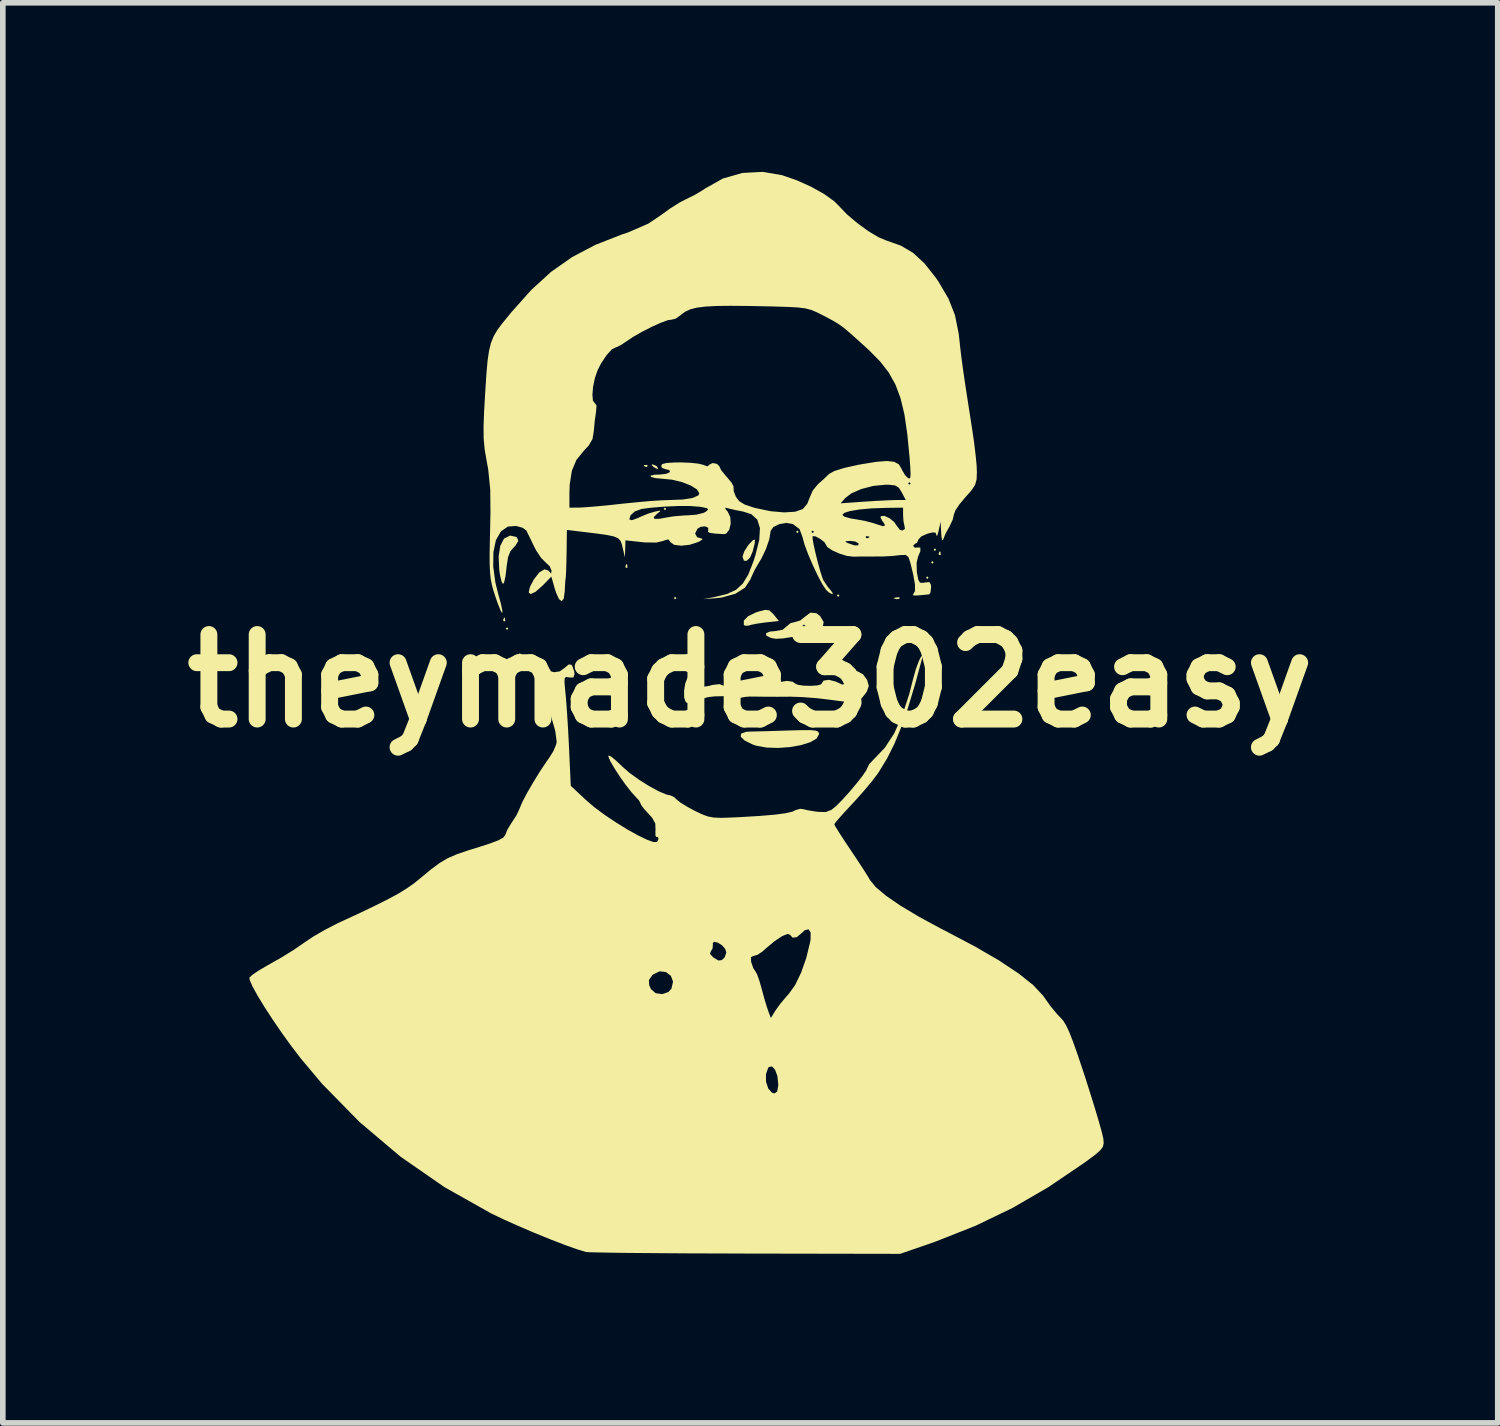
<source format=kicad_pcb>
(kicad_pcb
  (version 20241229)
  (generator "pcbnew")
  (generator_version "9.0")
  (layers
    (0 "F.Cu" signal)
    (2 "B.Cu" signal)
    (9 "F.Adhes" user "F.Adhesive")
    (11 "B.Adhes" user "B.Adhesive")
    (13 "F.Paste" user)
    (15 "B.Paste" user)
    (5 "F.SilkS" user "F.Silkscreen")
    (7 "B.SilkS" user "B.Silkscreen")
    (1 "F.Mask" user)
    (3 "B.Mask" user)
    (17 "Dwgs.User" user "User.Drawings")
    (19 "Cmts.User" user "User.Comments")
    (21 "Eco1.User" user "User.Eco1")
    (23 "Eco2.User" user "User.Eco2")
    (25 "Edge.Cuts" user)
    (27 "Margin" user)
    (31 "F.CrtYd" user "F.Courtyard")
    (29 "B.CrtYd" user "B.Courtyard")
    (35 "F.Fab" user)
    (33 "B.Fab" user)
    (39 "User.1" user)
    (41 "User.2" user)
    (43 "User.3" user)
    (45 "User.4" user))
  (footprint "theymade302easy"
    (layer "F.Cu")
    (at 10.264 9.032)
    (property "Reference" "theymade302easy" (at 0 0 0) (layer "F.SilkS") (effects (font (size 1.5 1.5) (thickness 0.3))))
    (attr board_only exclude_from_pos_files exclude_from_bom)
    (fp_poly (pts (xy -4.294 -0.927) (xy -4.316 -0.904) (xy -4.339 -0.927) (xy -4.316 -0.949)) (stroke (width 0) (type solid)) (fill yes) (layer "F.SilkS"))
    (fp_poly (pts (xy -1.491 -3.051) (xy -1.514 -3.028) (xy -1.537 -3.051) (xy -1.514 -3.073)) (stroke (width 0) (type solid)) (fill yes) (layer "F.SilkS"))
    (fp_poly (pts (xy -1.311 -1.469) (xy -1.333 -1.446) (xy -1.356 -1.469) (xy -1.333 -1.491)) (stroke (width 0) (type solid)) (fill yes) (layer "F.SilkS"))
    (fp_poly (pts (xy 0.859 -2.644) (xy 0.836 -2.621) (xy 0.814 -2.644) (xy 0.836 -2.667)) (stroke (width 0) (type solid)) (fill yes) (layer "F.SilkS"))
    (fp_poly (pts (xy 1.582 -1.514) (xy 1.559 -1.491) (xy 1.537 -1.514) (xy 1.559 -1.537)) (stroke (width 0) (type solid)) (fill yes) (layer "F.SilkS"))
    (fp_poly (pts (xy 3.119 -0.61) (xy 3.096 -0.588) (xy 3.073 -0.61) (xy 3.096 -0.633)) (stroke (width 0) (type solid)) (fill yes) (layer "F.SilkS"))
    (fp_poly (pts (xy 3.164 -1.83) (xy 3.141 -1.808) (xy 3.119 -1.83) (xy 3.141 -1.853)) (stroke (width 0) (type solid)) (fill yes) (layer "F.SilkS"))
    (fp_poly (pts (xy 3.254 -2.102) (xy 3.231 -2.079) (xy 3.209 -2.102) (xy 3.231 -2.124)) (stroke (width 0) (type solid)) (fill yes) (layer "F.SilkS"))
    (fp_poly (pts (xy 3.299 -2.328) (xy 3.277 -2.305) (xy 3.254 -2.328) (xy 3.277 -2.35)) (stroke (width 0) (type solid)) (fill yes) (layer "F.SilkS"))
    (fp_poly (pts (xy -4.354 -1.115) (xy -4.348 -1.061) (xy -4.354 -1.055) (xy -4.381 -1.061) (xy -4.384 -1.085) (xy -4.367 -1.122)) (stroke (width 0) (type solid)) (fill yes) (layer "F.SilkS"))
    (fp_poly (pts (xy -2.184 -2.064) (xy -2.179 -2.01) (xy -2.184 -2.004) (xy -2.211 -2.01) (xy -2.215 -2.034) (xy -2.198 -2.071)) (stroke (width 0) (type solid)) (fill yes) (layer "F.SilkS"))
    (fp_poly (pts (xy -1.823 -3.827) (xy -1.829 -3.8) (xy -1.853 -3.796) (xy -1.89 -3.813) (xy -1.883 -3.827) (xy -1.83 -3.832)) (stroke (width 0) (type solid)) (fill yes) (layer "F.SilkS"))
    (fp_poly (pts (xy 2.654 -1.474) (xy 2.641 -1.453) (xy 2.595 -1.45) (xy 2.547 -1.461) (xy 2.568 -1.477) (xy 2.638 -1.483)) (stroke (width 0) (type solid)) (fill yes) (layer "F.SilkS"))
    (fp_poly (pts (xy 3.375 -2.29) (xy 3.38 -2.236) (xy 3.375 -2.23) (xy 3.348 -2.236) (xy 3.344 -2.26) (xy 3.361 -2.297)) (stroke (width 0) (type solid)) (fill yes) (layer "F.SilkS"))
    (fp_poly (pts (xy -4.075 -0.479) (xy -4.026 -0.433) (xy -4.036 -0.407) (xy -4.042 -0.407) (xy -4.081 -0.439) (xy -4.095 -0.459) (xy -4.1 -0.49)) (stroke (width 0) (type solid)) (fill yes) (layer "F.SilkS"))
    (fp_poly (pts (xy -1.659 -3.809) (xy -1.65 -3.796) (xy -1.634 -3.756) (xy -1.676 -3.771) (xy -1.717 -3.796) (xy -1.752 -3.833) (xy -1.731 -3.841)) (stroke (width 0) (type solid)) (fill yes) (layer "F.SilkS"))
    (fp_poly (pts (xy 0.08 -2.443) (xy 0.044 -2.299) (xy 0.043 -2.294) (xy -0.004 -2.187) (xy -0.062 -2.13) (xy -0.112 -2.131) (xy -0.135 -2.199) (xy -0.136 -2.208) (xy -0.107 -2.295) (xy -0.038 -2.404) (xy -0.023 -2.422) (xy 0.05 -2.498) (xy 0.083 -2.507)) (stroke (width 0) (type solid)) (fill yes) (layer "F.SilkS"))
    (fp_poly (pts (xy 0.337 -1.251) (xy 0.397 -1.197) (xy 0.418 -1.173) (xy 0.508 -1.062) (xy 0.26 -1.035) (xy 0.114 -1.014) (xy 0.003 -0.991) (xy -0.036 -0.978) (xy -0.099 -0.98) (xy -0.114 -0.996) (xy -0.114 -1.07) (xy -0.038 -1.147) (xy 0.104 -1.215) (xy 0.147 -1.229) (xy 0.266 -1.259)) (stroke (width 0) (type solid)) (fill yes) (layer "F.SilkS"))
    (fp_poly (pts (xy -4.145 -2.551) (xy -4.115 -2.486) (xy -4.167 -2.398) (xy -4.188 -2.378) (xy -4.256 -2.3) (xy -4.298 -2.195) (xy -4.323 -2.033) (xy -4.326 -1.999) (xy -4.344 -1.853) (xy -4.367 -1.751) (xy -4.387 -1.717) (xy -4.412 -1.758) (xy -4.438 -1.863) (xy -4.454 -1.965) (xy -4.465 -2.208) (xy -4.436 -2.397) (xy -4.37 -2.523) (xy -4.269 -2.575) (xy -4.252 -2.576)) (stroke (width 0) (type solid)) (fill yes) (layer "F.SilkS"))
    (fp_poly (pts (xy 1.158 0.883) (xy 1.203 0.9) (xy 1.219 0.929) (xy 1.22 0.948) (xy 1.178 1.024) (xy 1.066 1.089) (xy 0.901 1.141) (xy 0.703 1.176) (xy 0.492 1.191) (xy 0.286 1.184) (xy 0.104 1.151) (xy 0.045 1.131) (xy -0.1 1.059) (xy -0.17 0.991) (xy -0.162 0.936) (xy -0.075 0.905) (xy -0.015 0.901) (xy 0.101 0.898) (xy 0.28 0.894) (xy 0.497 0.887) (xy 0.689 0.881) (xy 0.916 0.875) (xy 1.067 0.875)) (stroke (width 0) (type solid)) (fill yes) (layer "F.SilkS"))
    (fp_poly (pts (xy 1.174 -1.2) (xy 1.24 -1.149) (xy 1.303 -1.044) (xy 1.284 -0.947) (xy 1.188 -0.868) (xy 1.024 -0.814) (xy 0.927 -0.8) (xy 0.769 -0.781) (xy 0.631 -0.761) (xy 0.588 -0.753) (xy 0.455 -0.746) (xy 0.37 -0.76) (xy 0.284 -0.803) (xy 0.28 -0.845) (xy 0.352 -0.875) (xy 0.433 -0.881) (xy 0.576 -0.907) (xy 0.638 -0.96) (xy 0.645 -0.966) (xy 0.919 -0.966) (xy 0.927 -0.949) (xy 0.986 -0.906) (xy 1 -0.904) (xy 1.024 -0.932) (xy 1.017 -0.949) (xy 0.957 -0.993) (xy 0.944 -0.994) (xy 0.919 -0.966) (xy 0.645 -0.966) (xy 0.715 -1.024) (xy 0.783 -1.04) (xy 0.889 -1.072) (xy 0.961 -1.13) (xy 1.067 -1.21)) (stroke (width 0) (type solid)) (fill yes) (layer "F.SilkS"))
    (fp_poly (pts (xy 2.003 -0.114) (xy 2.074 -0.016) (xy 2.104 0.091) (xy 2.07 0.188) (xy 2.058 0.207) (xy 1.989 0.296) (xy 1.909 0.349) (xy 1.8 0.371) (xy 1.641 0.366) (xy 1.416 0.336) (xy 1.18 0.308) (xy 0.929 0.289) (xy 0.709 0.281) (xy 0.67 0.282) (xy 0.486 0.283) (xy 0.246 0.282) (xy -0.016 0.279) (xy -0.212 0.275) (xy -0.459 0.272) (xy -0.632 0.276) (xy -0.75 0.289) (xy -0.828 0.313) (xy -0.866 0.334) (xy -0.994 0.396) (xy -1.103 0.4) (xy -1.145 0.377) (xy -1.173 0.298) (xy -1.174 0.174) (xy -1.153 0.044) (xy -1.113 -0.054) (xy -1.102 -0.067) (xy -1.012 -0.122) (xy -0.942 -0.089) (xy -0.903 0.003) (xy -0.877 0.079) (xy -0.829 0.105) (xy -0.735 0.091) (xy -0.666 0.072) (xy -0.545 0.059) (xy -0.484 0.082) (xy -0.415 0.105) (xy -0.281 0.125) (xy -0.108 0.137) (xy -0.061 0.139) (xy 0.148 0.139) (xy 0.29 0.124) (xy 0.386 0.09) (xy 0.411 0.074) (xy 0.527 0.021) (xy 0.653 0.001) (xy 0.756 0.017) (xy 0.791 0.045) (xy 0.846 0.071) (xy 0.952 0.086) (xy 1.077 0.089) (xy 1.189 0.082) (xy 1.258 0.062) (xy 1.265 0.05) (xy 1.302 -0.004) (xy 1.393 -0.018) (xy 1.511 0.011) (xy 1.54 0.024) (xy 1.633 0.066) (xy 1.679 0.057) (xy 1.714 -0.013) (xy 1.715 -0.017) (xy 1.765 -0.112) (xy 1.805 -0.157) (xy 1.902 -0.17)) (stroke (width 0) (type solid)) (fill yes) (layer "F.SilkS"))
    (fp_poly (pts (xy 3.062 -0.448) (xy 3.058 -0.429) (xy 2.926 0.06) (xy 2.801 0.473) (xy 2.68 0.822) (xy 2.558 1.118) (xy 2.429 1.376) (xy 2.289 1.607) (xy 2.257 1.654) (xy 2.158 1.785) (xy 2.019 1.951) (xy 1.864 2.125) (xy 1.8 2.194) (xy 1.67 2.334) (xy 1.566 2.45) (xy 1.504 2.525) (xy 1.491 2.546) (xy 1.515 2.592) (xy 1.58 2.697) (xy 1.675 2.843) (xy 1.774 2.991) (xy 1.896 3.174) (xy 2.006 3.342) (xy 2.089 3.473) (xy 2.125 3.535) (xy 2.229 3.662) (xy 2.411 3.815) (xy 2.667 3.991) (xy 2.991 4.185) (xy 3.377 4.394) (xy 3.489 4.451) (xy 3.996 4.719) (xy 4.421 4.966) (xy 4.763 5.194) (xy 5.022 5.4) (xy 5.194 5.584) (xy 5.223 5.625) (xy 5.33 5.775) (xy 5.443 5.912) (xy 5.504 5.975) (xy 5.555 6.032) (xy 5.606 6.115) (xy 5.662 6.235) (xy 5.728 6.403) (xy 5.809 6.632) (xy 5.91 6.933) (xy 5.943 7.034) (xy 6.034 7.32) (xy 6.116 7.585) (xy 6.185 7.816) (xy 6.236 7.997) (xy 6.263 8.112) (xy 6.267 8.132) (xy 6.272 8.209) (xy 6.257 8.271) (xy 6.21 8.333) (xy 6.118 8.413) (xy 5.967 8.525) (xy 5.934 8.549) (xy 5.294 8.983) (xy 4.659 9.352) (xy 3.998 9.671) (xy 3.284 9.953) (xy 3.104 10.016) (xy 2.66 10.169) (xy -0.083 10.164) (xy -0.574 10.162) (xy -1.041 10.161) (xy -1.474 10.158) (xy -1.865 10.155) (xy -2.207 10.152) (xy -2.491 10.148) (xy -2.709 10.144) (xy -2.853 10.14) (xy -2.915 10.136) (xy -2.915 10.136) (xy -3.074 10.088) (xy -3.295 10.009) (xy -3.556 9.908) (xy -3.839 9.793) (xy -4.121 9.672) (xy -4.384 9.554) (xy -4.595 9.453) (xy -5.427 8.985) (xy -6.207 8.444) (xy -6.931 7.832) (xy -7.597 7.153) (xy -7.739 6.984) (xy 0.278 6.984) (xy 0.28 7.115) (xy 0.319 7.234) (xy 0.385 7.309) (xy 0.431 7.322) (xy 0.478 7.288) (xy 0.497 7.18) (xy 0.497 7.15) (xy 0.481 7.011) (xy 0.441 6.903) (xy 0.388 6.844) (xy 0.333 6.852) (xy 0.318 6.87) (xy 0.278 6.984) (xy -7.739 6.984) (xy -7.974 6.704) (xy -8.142 6.485) (xy -8.311 6.251) (xy -8.472 6.016) (xy -8.618 5.792) (xy -8.74 5.592) (xy -8.831 5.428) (xy -8.881 5.314) (xy -8.882 5.31) (xy -1.799 5.31) (xy -1.793 5.402) (xy -1.761 5.472) (xy -1.679 5.543) (xy -1.563 5.56) (xy -1.453 5.522) (xy -1.398 5.463) (xy -1.37 5.338) (xy -1.409 5.235) (xy -1.496 5.168) (xy -1.607 5.155) (xy -1.721 5.209) (xy -1.737 5.223) (xy -1.799 5.31) (xy -8.882 5.31) (xy -8.888 5.267) (xy -8.84 5.221) (xy -8.732 5.147) (xy -8.582 5.058) (xy -8.512 5.019) (xy -8.434 4.974) (xy 0.014 4.974) (xy 0.021 5.005) (xy 0.056 5.103) (xy 0.09 5.152) (xy 0.12 5.205) (xy 0.161 5.32) (xy 0.201 5.458) (xy 0.247 5.628) (xy 0.292 5.78) (xy 0.32 5.862) (xy 0.366 5.983) (xy 0.448 5.85) (xy 0.53 5.735) (xy 0.642 5.602) (xy 0.686 5.553) (xy 0.797 5.398) (xy 0.903 5.178) (xy 0.994 4.919) (xy 1.06 4.648) (xy 1.07 4.595) (xy 1.072 4.467) (xy 1.034 4.409) (xy 0.965 4.427) (xy 0.918 4.472) (xy 0.825 4.549) (xy 0.749 4.557) (xy 0.713 4.513) (xy 0.666 4.491) (xy 0.569 4.529) (xy 0.433 4.619) (xy 0.268 4.757) (xy 0.219 4.802) (xy 0.127 4.863) (xy 0.063 4.881) (xy 0.014 4.901) (xy 0.014 4.974) (xy -8.434 4.974) (xy -8.312 4.905) (xy -8.212 4.843) (xy -0.716 4.843) (xy -0.662 4.903) (xy -0.658 4.907) (xy -0.566 4.963) (xy -0.504 4.956) (xy -0.454 4.907) (xy -0.424 4.82) (xy -0.447 4.754) (xy -0.503 4.691) (xy -0.576 4.646) (xy -0.64 4.631) (xy -0.667 4.655) (xy -0.662 4.676) (xy -0.67 4.756) (xy -0.693 4.788) (xy -0.716 4.843) (xy -8.212 4.843) (xy -8.107 4.778) (xy -7.937 4.662) (xy -7.915 4.646) (xy -7.759 4.541) (xy -7.555 4.423) (xy -7.342 4.312) (xy -7.283 4.284) (xy -6.928 4.12) (xy -6.645 3.984) (xy -6.42 3.871) (xy -6.241 3.774) (xy -6.097 3.685) (xy -5.974 3.599) (xy -5.861 3.508) (xy -5.86 3.507) (xy -5.668 3.348) (xy -5.514 3.234) (xy -5.37 3.148) (xy -5.208 3.078) (xy -5.003 3.008) (xy -4.846 2.96) (xy -4.62 2.887) (xy -4.469 2.83) (xy -4.382 2.781) (xy -4.347 2.735) (xy -4.345 2.728) (xy -4.308 2.637) (xy -4.238 2.523) (xy -4.228 2.508) (xy -4.148 2.385) (xy -4.093 2.267) (xy -4.091 2.26) (xy -4.043 2.147) (xy -3.957 1.984) (xy -3.847 1.795) (xy -3.728 1.601) (xy -3.612 1.428) (xy -3.573 1.374) (xy -3.492 1.245) (xy -3.443 1.125) (xy -3.435 1.08) (xy -3.461 0.885) (xy -3.535 0.629) (xy -3.653 0.323) (xy -3.762 0.081) (xy -3.965 -0.347) (xy -3.798 -0.267) (xy -3.611 -0.185) (xy -3.478 -0.153) (xy -3.38 -0.168) (xy -3.298 -0.227) (xy -3.222 -0.29) (xy -3.176 -0.287) (xy -3.159 -0.265) (xy -3.124 -0.167) (xy -3.119 -0.119) (xy -3.139 -0.058) (xy -3.215 -0.06) (xy -3.215 -0.06) (xy -3.266 -0.069) (xy -3.292 -0.049) (xy -3.297 0.017) (xy -3.286 0.148) (xy -3.279 0.217) (xy -3.265 0.375) (xy -3.249 0.597) (xy -3.233 0.856) (xy -3.219 1.125) (xy -3.216 1.191) (xy -3.185 1.863) (xy -2.913 2.118) (xy -2.765 2.244) (xy -2.585 2.378) (xy -2.386 2.511) (xy -2.185 2.635) (xy -1.996 2.741) (xy -1.834 2.819) (xy -1.715 2.862) (xy -1.654 2.859) (xy -1.628 2.807) (xy -1.639 2.77) (xy -1.663 2.774) (xy -1.682 2.751) (xy -1.683 2.665) (xy -1.681 2.648) (xy -1.685 2.532) (xy -1.74 2.431) (xy -1.804 2.361) (xy -1.889 2.268) (xy -1.939 2.198) (xy -1.943 2.183) (xy -1.973 2.125) (xy -2.023 2.07) (xy -2.111 1.973) (xy -2.214 1.841) (xy -2.318 1.694) (xy -2.412 1.549) (xy -2.483 1.427) (xy -2.517 1.346) (xy -2.515 1.325) (xy -2.473 1.342) (xy -2.388 1.41) (xy -2.276 1.515) (xy -2.269 1.523) (xy -2.142 1.634) (xy -1.977 1.753) (xy -1.798 1.866) (xy -1.627 1.959) (xy -1.486 2.019) (xy -1.414 2.034) (xy -1.349 2.065) (xy -1.309 2.104) (xy -1.239 2.16) (xy -1.116 2.236) (xy -0.978 2.31) (xy -0.855 2.369) (xy -0.755 2.406) (xy -0.652 2.426) (xy -0.524 2.432) (xy -0.344 2.426) (xy -0.206 2.42) (xy 0.153 2.399) (xy 0.428 2.376) (xy 0.625 2.35) (xy 0.75 2.321) (xy 0.8 2.296) (xy 0.886 2.271) (xy 0.936 2.277) (xy 1.032 2.299) (xy 1.169 2.321) (xy 1.202 2.325) (xy 1.339 2.329) (xy 1.44 2.29) (xy 1.521 2.225) (xy 1.634 2.111) (xy 1.759 1.973) (xy 1.881 1.828) (xy 1.986 1.695) (xy 2.056 1.593) (xy 2.079 1.543) (xy 2.11 1.48) (xy 2.187 1.398) (xy 2.196 1.389) (xy 2.388 1.188) (xy 2.553 0.936) (xy 2.695 0.622) (xy 2.821 0.236) (xy 2.892 -0.04) (xy 2.937 -0.202) (xy 2.989 -0.345) (xy 3.016 -0.402) (xy 3.057 -0.466)) (stroke (width 0) (type solid)) (fill yes) (layer "F.SilkS"))
    (fp_poly (pts (xy 0.565 -8.973) (xy 0.827 -8.882) (xy 1.085 -8.766) (xy 1.314 -8.637) (xy 1.492 -8.509) (xy 1.566 -8.435) (xy 1.713 -8.281) (xy 1.898 -8.124) (xy 2.094 -7.981) (xy 2.278 -7.871) (xy 2.415 -7.814) (xy 2.673 -7.723) (xy 2.892 -7.593) (xy 3.092 -7.408) (xy 3.292 -7.155) (xy 3.341 -7.083) (xy 3.518 -6.782) (xy 3.633 -6.49) (xy 3.698 -6.167) (xy 3.708 -6.085) (xy 3.727 -5.908) (xy 3.749 -5.727) (xy 3.776 -5.527) (xy 3.81 -5.292) (xy 3.854 -5.006) (xy 3.909 -4.653) (xy 3.935 -4.487) (xy 3.97 -4.249) (xy 3.998 -4.019) (xy 4.017 -3.826) (xy 4.022 -3.706) (xy 4.017 -3.573) (xy 3.989 -3.475) (xy 3.924 -3.377) (xy 3.819 -3.259) (xy 3.714 -3.134) (xy 3.64 -3.023) (xy 3.615 -2.956) (xy 3.593 -2.86) (xy 3.537 -2.741) (xy 3.53 -2.729) (xy 3.465 -2.61) (xy 3.424 -2.51) (xy 3.422 -2.503) (xy 3.407 -2.492) (xy 3.394 -2.555) (xy 3.389 -2.621) (xy 3.378 -2.825) (xy 3.344 -2.667) (xy 3.322 -2.584) (xy 3.307 -2.571) (xy 3.305 -2.583) (xy 3.289 -2.629) (xy 3.235 -2.634) (xy 3.141 -2.61) (xy 3.037 -2.563) (xy 2.985 -2.51) (xy 2.983 -2.501) (xy 2.956 -2.446) (xy 2.938 -2.441) (xy 2.895 -2.406) (xy 2.893 -2.391) (xy 2.925 -2.36) (xy 2.96 -2.367) (xy 3.018 -2.365) (xy 3.019 -2.3) (xy 2.979 -2.206) (xy 2.952 -2.094) (xy 2.956 -1.937) (xy 2.959 -1.915) (xy 2.982 -1.794) (xy 3.013 -1.742) (xy 3.069 -1.738) (xy 3.099 -1.745) (xy 3.179 -1.753) (xy 3.207 -1.703) (xy 3.209 -1.655) (xy 3.198 -1.566) (xy 3.175 -1.534) (xy 3.11 -1.528) (xy 2.999 -1.517) (xy 2.988 -1.516) (xy 2.901 -1.514) (xy 2.884 -1.531) (xy 2.892 -1.536) (xy 2.923 -1.591) (xy 2.924 -1.705) (xy 2.892 -1.886) (xy 2.844 -2.086) (xy 2.809 -2.193) (xy 2.761 -2.234) (xy 2.669 -2.232) (xy 2.655 -2.23) (xy 2.514 -2.215) (xy 2.36 -2.207) (xy 2.157 -2.206) (xy 2.124 -2.206) (xy 1.968 -2.206) (xy 1.829 -2.203) (xy 1.715 -2.217) (xy 1.583 -2.258) (xy 1.459 -2.313) (xy 1.369 -2.372) (xy 1.342 -2.418) (xy 1.314 -2.464) (xy 1.296 -2.477) (xy 1.692 -2.477) (xy 1.696 -2.461) (xy 1.74 -2.441) (xy 1.851 -2.404) (xy 1.917 -2.405) (xy 1.921 -2.441) (xy 1.859 -2.473) (xy 1.771 -2.483) (xy 1.692 -2.477) (xy 1.296 -2.477) (xy 1.241 -2.519) (xy 1.163 -2.561) (xy 2.049 -2.561) (xy 2.055 -2.534) (xy 2.079 -2.531) (xy 2.116 -2.547) (xy 2.109 -2.561) (xy 2.055 -2.567) (xy 2.049 -2.561) (xy 1.163 -2.561) (xy 1.16 -2.562) (xy 1.108 -2.569) (xy 1.107 -2.568) (xy 1.107 -2.517) (xy 1.127 -2.405) (xy 1.161 -2.254) (xy 1.202 -2.091) (xy 1.245 -1.938) (xy 1.283 -1.821) (xy 1.302 -1.777) (xy 1.376 -1.667) (xy 1.427 -1.608) (xy 1.466 -1.553) (xy 1.456 -1.537) (xy 1.397 -1.567) (xy 1.345 -1.616) (xy 1.28 -1.713) (xy 1.197 -1.869) (xy 1.109 -2.056) (xy 1.027 -2.247) (xy 0.964 -2.416) (xy 0.931 -2.535) (xy 0.93 -2.543) (xy 0.893 -2.644) (xy 1.085 -2.644) (xy 1.107 -2.621) (xy 1.13 -2.644) (xy 1.107 -2.667) (xy 1.085 -2.644) (xy 0.893 -2.644) (xy 0.874 -2.693) (xy 0.757 -2.782) (xy 0.644 -2.802) (xy 0.515 -2.781) (xy 0.41 -2.729) (xy 0.362 -2.661) (xy 0.361 -2.654) (xy 0.338 -2.511) (xy 0.277 -2.335) (xy 0.196 -2.166) (xy 0.163 -2.113) (xy 0.079 -1.969) (xy 0.011 -1.822) (xy 0.005 -1.803) (xy -0.092 -1.654) (xy -0.264 -1.545) (xy -0.502 -1.479) (xy -0.607 -1.467) (xy -0.836 -1.449) (xy -0.628 -1.488) (xy -0.414 -1.54) (xy -0.254 -1.614) (xy -0.132 -1.726) (xy -0.033 -1.89) (xy 0.058 -2.123) (xy 0.091 -2.226) (xy 0.16 -2.501) (xy 0.172 -2.71) (xy 0.125 -2.861) (xy 0.03 -2.947) (xy 1.634 -2.947) (xy 1.67 -2.913) (xy 1.786 -2.881) (xy 1.862 -2.869) (xy 2.032 -2.839) (xy 2.191 -2.797) (xy 2.248 -2.777) (xy 2.356 -2.744) (xy 2.394 -2.76) (xy 2.358 -2.821) (xy 2.342 -2.838) (xy 2.311 -2.899) (xy 2.319 -2.922) (xy 2.38 -2.928) (xy 2.47 -2.887) (xy 2.554 -2.819) (xy 2.601 -2.75) (xy 2.654 -2.68) (xy 2.697 -2.667) (xy 2.745 -2.695) (xy 2.739 -2.738) (xy 2.719 -2.835) (xy 2.712 -2.941) (xy 2.712 -3.073) (xy 2.407 -3.069) (xy 2.149 -3.06) (xy 1.935 -3.04) (xy 1.774 -3.013) (xy 1.671 -2.981) (xy 1.634 -2.947) (xy 0.03 -2.947) (xy 0.018 -2.957) (xy -0.123 -3.003) (xy -0.261 -3.03) (xy -0.374 -3.056) (xy -0.384 -3.059) (xy -0.445 -3.073) (xy -0.438 -3.046) (xy -0.399 -3) (xy -0.354 -2.904) (xy -0.347 -2.787) (xy -0.374 -2.678) (xy -0.429 -2.611) (xy -0.465 -2.603) (xy -0.629 -2.613) (xy -0.719 -2.626) (xy -0.751 -2.645) (xy -0.746 -2.667) (xy -0.746 -2.717) (xy -0.802 -2.741) (xy -0.879 -2.733) (xy -0.935 -2.7) (xy -0.979 -2.614) (xy -0.942 -2.548) (xy -0.867 -2.527) (xy -0.846 -2.511) (xy -0.905 -2.472) (xy -0.927 -2.462) (xy -1.075 -2.414) (xy -1.225 -2.398) (xy -1.348 -2.413) (xy -1.416 -2.46) (xy -1.418 -2.465) (xy -1.454 -2.51) (xy -1.524 -2.492) (xy -1.542 -2.483) (xy -1.666 -2.454) (xy -1.866 -2.456) (xy -1.927 -2.462) (xy -2.215 -2.493) (xy -2.219 -2.342) (xy -2.224 -2.192) (xy -2.26 -2.343) (xy -2.28 -2.427) (xy -2.304 -2.487) (xy -2.346 -2.53) (xy -2.42 -2.562) (xy -2.54 -2.588) (xy -2.72 -2.613) (xy -2.973 -2.644) (xy -3.017 -2.649) (xy -3.254 -2.678) (xy -3.259 -2.277) (xy -3.263 -2.092) (xy -3.268 -1.941) (xy -3.273 -1.847) (xy -3.275 -1.83) (xy -3.283 -1.76) (xy -3.29 -1.638) (xy -3.292 -1.589) (xy -3.31 -1.459) (xy -3.346 -1.413) (xy -3.394 -1.45) (xy -3.448 -1.569) (xy -3.47 -1.64) (xy -3.53 -1.85) (xy -3.682 -1.693) (xy -3.811 -1.579) (xy -3.897 -1.539) (xy -3.932 -1.569) (xy -3.91 -1.666) (xy -3.841 -1.798) (xy -3.743 -1.924) (xy -3.652 -1.979) (xy -3.58 -1.956) (xy -3.567 -1.939) (xy -3.534 -1.904) (xy -3.526 -1.954) (xy -3.56 -2.035) (xy -3.63 -2.1) (xy -3.711 -2.181) (xy -3.797 -2.31) (xy -3.836 -2.384) (xy -3.901 -2.52) (xy -3.955 -2.63) (xy -3.973 -2.667) (xy -4.039 -2.716) (xy -4.152 -2.747) (xy -4.164 -2.748) (xy -4.301 -2.737) (xy -4.411 -2.662) (xy -4.429 -2.644) (xy -4.514 -2.495) (xy -4.558 -2.282) (xy -4.561 -2.025) (xy -4.522 -1.74) (xy -4.475 -1.552) (xy -4.422 -1.357) (xy -4.398 -1.239) (xy -4.401 -1.201) (xy -4.43 -1.245) (xy -4.481 -1.374) (xy -4.525 -1.501) (xy -4.56 -1.61) (xy -4.586 -1.707) (xy -4.605 -1.804) (xy -4.617 -1.917) (xy -4.624 -2.057) (xy -4.625 -2.24) (xy -4.621 -2.479) (xy -4.614 -2.788) (xy -4.613 -2.864) (xy -2.146 -2.864) (xy -2.101 -2.85) (xy -1.987 -2.892) (xy -1.952 -2.909) (xy -1.812 -2.967) (xy -1.695 -3.002) (xy -1.606 -3.021) (xy -1.596 -3.01) (xy -1.65 -2.967) (xy -1.714 -2.904) (xy -1.697 -2.873) (xy -1.6 -2.877) (xy -1.513 -2.894) (xy -1.354 -2.92) (xy -1.168 -2.935) (xy -1.105 -2.937) (xy -0.954 -2.949) (xy -0.831 -2.98) (xy -0.792 -2.999) (xy -0.749 -3.038) (xy -0.764 -3.062) (xy -0.852 -3.082) (xy -0.908 -3.09) (xy -1.07 -3.102) (xy -1.289 -3.102) (xy -1.533 -3.091) (xy -1.769 -3.071) (xy -1.932 -3.049) (xy -2.048 -3.006) (xy -2.125 -2.937) (xy -2.125 -2.936) (xy -2.146 -2.864) (xy -4.613 -2.864) (xy -4.61 -2.983) (xy -4.611 -3.073) (xy -3.209 -3.073) (xy -3.039 -3.074) (xy -2.93 -3.08) (xy -2.754 -3.094) (xy -2.536 -3.114) (xy -2.298 -3.14) (xy -2.282 -3.142) (xy -2.034 -3.167) (xy -1.793 -3.189) (xy -1.585 -3.203) (xy -1.441 -3.208) (xy -1.193 -3.218) (xy -1.018 -3.246) (xy -0.921 -3.291) (xy -0.904 -3.327) (xy -0.945 -3.396) (xy -1.054 -3.465) (xy -1.209 -3.526) (xy -1.387 -3.569) (xy -1.534 -3.584) (xy -1.68 -3.597) (xy -1.761 -3.618) (xy -1.771 -3.64) (xy -1.703 -3.657) (xy -1.604 -3.661) (xy -1.493 -3.673) (xy -1.426 -3.703) (xy -1.424 -3.706) (xy -1.438 -3.742) (xy -1.489 -3.751) (xy -1.564 -3.777) (xy -1.582 -3.814) (xy -1.56 -3.847) (xy -1.484 -3.866) (xy -1.341 -3.875) (xy -1.232 -3.876) (xy -1.056 -3.869) (xy -0.913 -3.853) (xy -0.828 -3.831) (xy -0.821 -3.827) (xy -0.757 -3.806) (xy -0.727 -3.835) (xy -0.668 -3.865) (xy -0.59 -3.85) (xy -0.544 -3.802) (xy -0.542 -3.791) (xy -0.514 -3.736) (xy -0.441 -3.646) (xy -0.408 -3.609) (xy -0.33 -3.515) (xy -0.295 -3.445) (xy -0.297 -3.43) (xy -0.294 -3.367) (xy -0.256 -3.269) (xy -0.255 -3.266) (xy -0.196 -3.188) (xy -0.102 -3.13) (xy 0.053 -3.077) (xy 0.098 -3.065) (xy 0.361 -3.01) (xy 0.601 -2.989) (xy 0.797 -3.001) (xy 0.93 -3.047) (xy 0.933 -3.049) (xy 1.011 -3.141) (xy 1.015 -3.15) (xy 1.604 -3.15) (xy 2.029 -3.18) (xy 2.236 -3.193) (xy 2.426 -3.203) (xy 2.568 -3.208) (xy 2.607 -3.209) (xy 2.759 -3.209) (xy 2.689 -3.344) (xy 2.636 -3.428) (xy 2.569 -3.468) (xy 2.456 -3.48) (xy 2.402 -3.48) (xy 2.185 -3.459) (xy 1.971 -3.404) (xy 1.792 -3.325) (xy 1.688 -3.245) (xy 1.604 -3.15) (xy 1.015 -3.15) (xy 1.055 -3.252) (xy 1.109 -3.377) (xy 1.202 -3.49) (xy 1.203 -3.491) (xy 1.217 -3.503) (xy 2.802 -3.503) (xy 2.825 -3.48) (xy 2.847 -3.503) (xy 2.825 -3.525) (xy 2.802 -3.503) (xy 1.217 -3.503) (xy 1.31 -3.586) (xy 1.4 -3.672) (xy 1.4 -3.672) (xy 1.489 -3.722) (xy 1.66 -3.776) (xy 1.905 -3.831) (xy 1.97 -3.843) (xy 2.234 -3.886) (xy 2.424 -3.901) (xy 2.554 -3.887) (xy 2.637 -3.842) (xy 2.685 -3.763) (xy 2.69 -3.748) (xy 2.746 -3.652) (xy 2.788 -3.609) (xy 2.821 -3.588) (xy 2.84 -3.605) (xy 2.845 -3.672) (xy 2.839 -3.805) (xy 2.828 -3.955) (xy 2.787 -4.379) (xy 2.736 -4.728) (xy 2.667 -5.016) (xy 2.576 -5.259) (xy 2.457 -5.472) (xy 2.304 -5.668) (xy 2.111 -5.864) (xy 2.072 -5.9) (xy 1.888 -6.067) (xy 1.754 -6.186) (xy 1.652 -6.271) (xy 1.563 -6.334) (xy 1.472 -6.389) (xy 1.36 -6.45) (xy 1.295 -6.483) (xy 1.18 -6.541) (xy 1.082 -6.582) (xy 0.979 -6.609) (xy 0.852 -6.625) (xy 0.679 -6.635) (xy 0.441 -6.642) (xy 0.384 -6.644) (xy -0.021 -6.652) (xy -0.346 -6.655) (xy -0.602 -6.652) (xy -0.8 -6.641) (xy -0.95 -6.622) (xy -1.063 -6.593) (xy -1.149 -6.554) (xy -1.219 -6.504) (xy -1.235 -6.489) (xy -1.326 -6.426) (xy -1.397 -6.409) (xy -1.399 -6.409) (xy -1.467 -6.399) (xy -1.591 -6.353) (xy -1.748 -6.282) (xy -1.917 -6.196) (xy -2.075 -6.106) (xy -2.196 -6.025) (xy -2.297 -5.958) (xy -2.371 -5.922) (xy -2.38 -5.921) (xy -2.456 -5.882) (xy -2.549 -5.78) (xy -2.646 -5.635) (xy -2.708 -5.514) (xy -2.757 -5.373) (xy -2.789 -5.219) (xy -2.801 -5.078) (xy -2.792 -4.972) (xy -2.759 -4.927) (xy -2.755 -4.926) (xy -2.728 -4.887) (xy -2.736 -4.777) (xy -2.737 -4.771) (xy -2.759 -4.616) (xy -2.775 -4.447) (xy -2.776 -4.43) (xy -2.799 -4.292) (xy -2.866 -4.176) (xy -2.951 -4.085) (xy -3.085 -3.92) (xy -3.166 -3.727) (xy -3.204 -3.484) (xy -3.209 -3.333) (xy -3.209 -3.073) (xy -4.611 -3.073) (xy -4.614 -3.395) (xy -4.65 -3.751) (xy -4.675 -3.887) (xy -4.712 -4.098) (xy -4.731 -4.298) (xy -4.733 -4.522) (xy -4.722 -4.8) (xy -4.721 -4.813) (xy -4.7 -5.176) (xy -4.681 -5.462) (xy -4.661 -5.685) (xy -4.635 -5.859) (xy -4.601 -5.997) (xy -4.554 -6.114) (xy -4.49 -6.223) (xy -4.406 -6.337) (xy -4.297 -6.47) (xy -4.238 -6.542) (xy -3.886 -6.937) (xy -3.534 -7.258) (xy -3.161 -7.52) (xy -2.748 -7.737) (xy -2.273 -7.923) (xy -2.169 -7.957) (xy -1.808 -8.114) (xy -1.582 -8.266) (xy -1.422 -8.382) (xy -1.256 -8.487) (xy -1.139 -8.547) (xy -0.982 -8.625) (xy -0.832 -8.715) (xy -0.8 -8.737) (xy -0.486 -8.914) (xy -0.139 -9.013) (xy 0.224 -9.032)) (stroke (width 0) (type solid)) (fill yes) (layer "F.SilkS")))
  (gr_rect
    (start -3 -3)
    (end 23.529 22.201)
    (stroke (width 0.1) (type default))
    (fill no)
    (layer "Edge.Cuts")))
</source>
